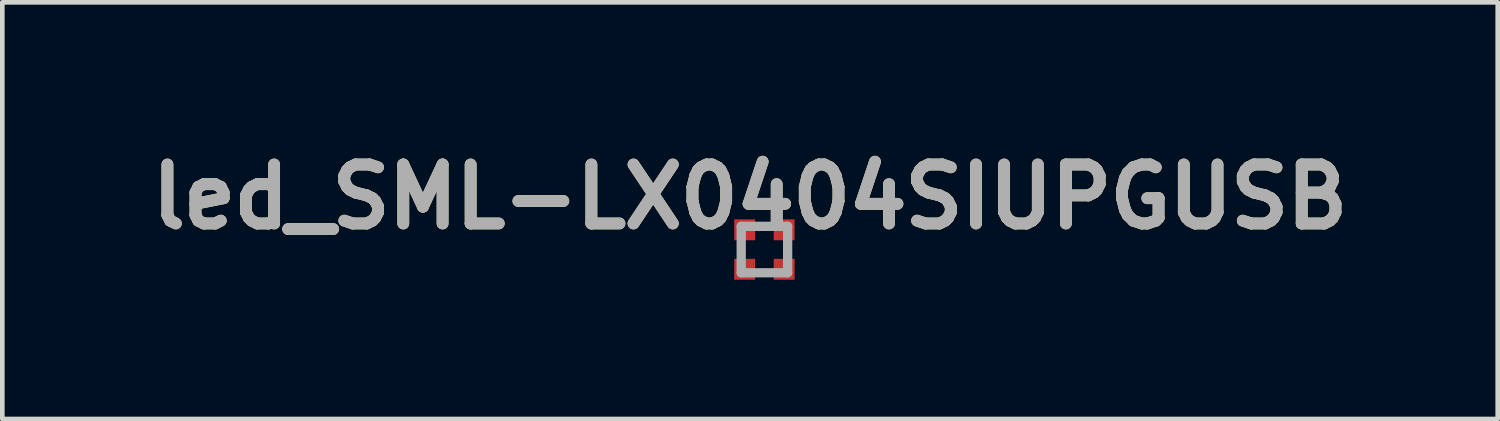
<source format=kicad_pcb>
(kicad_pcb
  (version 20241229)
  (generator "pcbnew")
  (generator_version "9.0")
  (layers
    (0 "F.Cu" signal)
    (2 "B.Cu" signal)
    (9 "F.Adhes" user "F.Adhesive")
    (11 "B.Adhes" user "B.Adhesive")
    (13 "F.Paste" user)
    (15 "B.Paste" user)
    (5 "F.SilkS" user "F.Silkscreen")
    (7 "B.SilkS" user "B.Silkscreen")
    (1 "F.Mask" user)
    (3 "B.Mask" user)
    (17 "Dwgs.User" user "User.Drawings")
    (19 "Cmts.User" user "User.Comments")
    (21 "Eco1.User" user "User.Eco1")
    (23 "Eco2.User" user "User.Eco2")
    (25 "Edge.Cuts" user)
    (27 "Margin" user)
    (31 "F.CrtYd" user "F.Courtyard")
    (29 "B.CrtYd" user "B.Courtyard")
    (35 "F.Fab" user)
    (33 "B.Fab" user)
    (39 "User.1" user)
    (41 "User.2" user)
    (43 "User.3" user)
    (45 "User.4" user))
  (footprint "led_SML-LX0404SIUPGUSB"
    (layer "F.Cu")
    (at 13.415 2.325)
    (property "Reference" "led_SML-LX0404SIUPGUSB" (at -0.31 -1.136 0) (layer "F.SilkS") (effects (font (size 1.27 1.27) (thickness 0.254))))
    (attr smd)
    (fp_line (start -0.5 -0.5) (end 0.5 -0.5) (stroke (width 0.2) (type solid)) (layer "F.Fab"))
    (fp_line (start -0.5 0.5) (end -0.5 -0.5) (stroke (width 0.2) (type solid)) (layer "F.Fab"))
    (fp_line (start 0.5 -0.5) (end 0.5 0.5) (stroke (width 0.2) (type solid)) (layer "F.Fab"))
    (fp_line (start 0.5 0.5) (end -0.5 0.5) (stroke (width 0.2) (type solid)) (layer "F.Fab"))
    (fp_text user "${REFERENCE}" (at -0.31 -1.136 0) (layer "F.Fab") (effects (font (size 1.27 1.27) (thickness 0.254))))
    (pad "1" smd rect (at 0.425 -0.425 90) (size 0.45 0.45) (layers "F.Cu" "F.Mask" "F.Paste"))
    (pad "2" smd rect (at 0.425 0.425 90) (size 0.45 0.45) (layers "F.Cu" "F.Mask" "F.Paste"))
    (pad "3" smd rect (at -0.425 0.425 90) (size 0.45 0.45) (layers "F.Cu" "F.Mask" "F.Paste"))
    (pad "4" smd rect (at -0.425 -0.425 90) (size 0.45 0.45) (layers "F.Cu" "F.Mask" "F.Paste")))
  (gr_rect
    (start -3 -3)
    (end 29.21 5.975)
    (stroke (width 0.1) (type default))
    (fill no)
    (layer "Edge.Cuts")))
</source>
